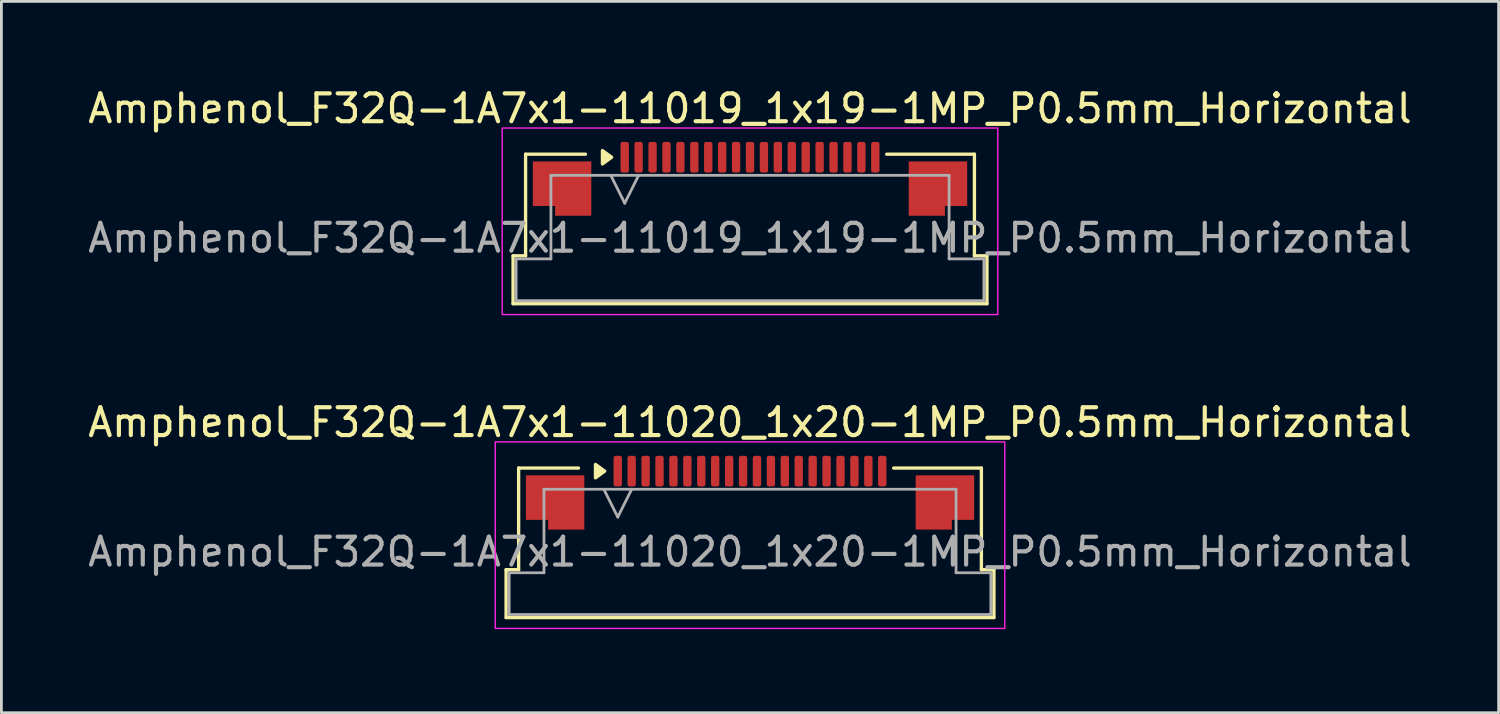
<source format=kicad_pcb>
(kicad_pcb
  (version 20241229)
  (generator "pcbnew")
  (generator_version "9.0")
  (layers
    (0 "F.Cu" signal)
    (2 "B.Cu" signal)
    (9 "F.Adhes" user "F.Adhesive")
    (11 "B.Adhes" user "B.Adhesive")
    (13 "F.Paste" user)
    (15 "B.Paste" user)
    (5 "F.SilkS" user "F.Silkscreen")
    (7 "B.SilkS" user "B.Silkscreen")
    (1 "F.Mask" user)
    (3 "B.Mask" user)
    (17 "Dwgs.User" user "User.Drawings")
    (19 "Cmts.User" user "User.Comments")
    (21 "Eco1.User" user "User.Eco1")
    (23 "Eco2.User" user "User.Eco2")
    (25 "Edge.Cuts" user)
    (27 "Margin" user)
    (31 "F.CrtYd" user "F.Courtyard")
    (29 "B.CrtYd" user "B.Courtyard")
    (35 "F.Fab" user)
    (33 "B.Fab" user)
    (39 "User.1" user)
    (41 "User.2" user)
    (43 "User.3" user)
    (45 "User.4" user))
  (footprint "Amphenol_F32Q-1A7x1-11020_1x20-1MP_P0.5mm_Horizontal"
    (layer "F.Cu")
    (at 23.887 16.771)
    (property "Reference" "Amphenol_F32Q-1A7x1-11020_1x20-1MP_P0.5mm_Horizontal" (at 0 -4.65 0) (layer "F.SilkS") (effects (font (size 1 1) (thickness 0.15))))
    (attr smd)
    (fp_line (start -8.76 0.64) (end -8.31 0.64) (stroke (width 0.12) (type solid)) (layer "F.SilkS"))
    (fp_line (start -8.76 2.36) (end -8.76 0.64) (stroke (width 0.12) (type solid)) (layer "F.SilkS"))
    (fp_line (start -8.31 -3.01) (end -6.16 -3.01) (stroke (width 0.12) (type solid)) (layer "F.SilkS"))
    (fp_line (start -8.31 0.64) (end -8.31 -3.01) (stroke (width 0.12) (type solid)) (layer "F.SilkS"))
    (fp_line (start 5.16 -3.01) (end 8.31 -3.01) (stroke (width 0.12) (type solid)) (layer "F.SilkS"))
    (fp_line (start 8.31 -3.01) (end 8.31 0.64) (stroke (width 0.12) (type solid)) (layer "F.SilkS"))
    (fp_line (start 8.31 0.64) (end 8.76 0.64) (stroke (width 0.12) (type solid)) (layer "F.SilkS"))
    (fp_line (start 8.76 0.64) (end 8.76 2.36) (stroke (width 0.12) (type solid)) (layer "F.SilkS"))
    (fp_line (start 8.76 2.36) (end -8.76 2.36) (stroke (width 0.12) (type solid)) (layer "F.SilkS"))
    (fp_poly (pts (xy -5.22 -2.9) (xy -5.55 -2.66) (xy -5.55 -3.14)) (stroke (width 0.12) (type solid)) (fill yes) (layer "F.SilkS"))
    (fp_rect (start -9.15 -3.95) (end 9.15 2.75) (stroke (width 0.05) (type solid)) (fill no) (layer "F.CrtYd"))
    (fp_line (start -8.65 0.75) (end -7.4 0.75) (stroke (width 0.1) (type solid)) (layer "F.Fab"))
    (fp_line (start -8.65 2.25) (end -8.65 0.75) (stroke (width 0.1) (type solid)) (layer "F.Fab"))
    (fp_line (start -7.4 -2.25) (end 7.4 -2.25) (stroke (width 0.1) (type solid)) (layer "F.Fab"))
    (fp_line (start -7.4 0.75) (end -7.4 -2.25) (stroke (width 0.1) (type solid)) (layer "F.Fab"))
    (fp_line (start -5.25 -2.25) (end -4.75 -1.25) (stroke (width 0.1) (type solid)) (layer "F.Fab"))
    (fp_line (start -4.75 -1.25) (end -4.25 -2.25) (stroke (width 0.1) (type solid)) (layer "F.Fab"))
    (fp_line (start 7.4 -2.25) (end 7.4 0.75) (stroke (width 0.1) (type solid)) (layer "F.Fab"))
    (fp_line (start 7.4 0.75) (end 8.65 0.75) (stroke (width 0.1) (type solid)) (layer "F.Fab"))
    (fp_line (start 8.65 0.75) (end 8.65 2.25) (stroke (width 0.1) (type solid)) (layer "F.Fab"))
    (fp_line (start 8.65 2.25) (end -8.65 2.25) (stroke (width 0.1) (type solid)) (layer "F.Fab"))
    (fp_text user "${REFERENCE}" (at 0 0 0) (layer "F.Fab") (effects (font (size 1 1) (thickness 0.15))))
    (pad "1" smd roundrect (at -4.75 -2.9) (size 0.3 1.1) (layers "F.Cu" "F.Mask" "F.Paste") (roundrect_rratio 0.25))
    (pad "2" smd roundrect (at -4.25 -2.9) (size 0.3 1.1) (layers "F.Cu" "F.Mask" "F.Paste") (roundrect_rratio 0.25))
    (pad "3" smd roundrect (at -3.75 -2.9) (size 0.3 1.1) (layers "F.Cu" "F.Mask" "F.Paste") (roundrect_rratio 0.25))
    (pad "4" smd roundrect (at -3.25 -2.9) (size 0.3 1.1) (layers "F.Cu" "F.Mask" "F.Paste") (roundrect_rratio 0.25))
    (pad "5" smd roundrect (at -2.75 -2.9) (size 0.3 1.1) (layers "F.Cu" "F.Mask" "F.Paste") (roundrect_rratio 0.25))
    (pad "6" smd roundrect (at -2.25 -2.9) (size 0.3 1.1) (layers "F.Cu" "F.Mask" "F.Paste") (roundrect_rratio 0.25))
    (pad "7" smd roundrect (at -1.75 -2.9) (size 0.3 1.1) (layers "F.Cu" "F.Mask" "F.Paste") (roundrect_rratio 0.25))
    (pad "8" smd roundrect (at -1.25 -2.9) (size 0.3 1.1) (layers "F.Cu" "F.Mask" "F.Paste") (roundrect_rratio 0.25))
    (pad "9" smd roundrect (at -0.75 -2.9) (size 0.3 1.1) (layers "F.Cu" "F.Mask" "F.Paste") (roundrect_rratio 0.25))
    (pad "10" smd roundrect (at -0.25 -2.9) (size 0.3 1.1) (layers "F.Cu" "F.Mask" "F.Paste") (roundrect_rratio 0.25))
    (pad "11" smd roundrect (at 0.25 -2.9) (size 0.3 1.1) (layers "F.Cu" "F.Mask" "F.Paste") (roundrect_rratio 0.25))
    (pad "12" smd roundrect (at 0.75 -2.9) (size 0.3 1.1) (layers "F.Cu" "F.Mask" "F.Paste") (roundrect_rratio 0.25))
    (pad "13" smd roundrect (at 1.25 -2.9) (size 0.3 1.1) (layers "F.Cu" "F.Mask" "F.Paste") (roundrect_rratio 0.25))
    (pad "14" smd roundrect (at 1.75 -2.9) (size 0.3 1.1) (layers "F.Cu" "F.Mask" "F.Paste") (roundrect_rratio 0.25))
    (pad "15" smd roundrect (at 2.25 -2.9) (size 0.3 1.1) (layers "F.Cu" "F.Mask" "F.Paste") (roundrect_rratio 0.25))
    (pad "16" smd roundrect (at 2.75 -2.9) (size 0.3 1.1) (layers "F.Cu" "F.Mask" "F.Paste") (roundrect_rratio 0.25))
    (pad "17" smd roundrect (at 3.25 -2.9) (size 0.3 1.1) (layers "F.Cu" "F.Mask" "F.Paste") (roundrect_rratio 0.25))
    (pad "18" smd roundrect (at 3.75 -2.9) (size 0.3 1.1) (layers "F.Cu" "F.Mask" "F.Paste") (roundrect_rratio 0.25))
    (pad "19" smd roundrect (at 4.25 -2.9) (size 0.3 1.1) (layers "F.Cu" "F.Mask" "F.Paste") (roundrect_rratio 0.25))
    (pad "20" smd roundrect (at 4.75 -2.9) (size 0.3 1.1) (layers "F.Cu" "F.Mask" "F.Paste") (roundrect_rratio 0.25))
    (pad "MP" smd custom (at -7 -1.775) (size 1 1) (layers "F.Cu" "F.Mask" "F.Paste") (options (anchor circle)) (primitives (gr_poly (pts (xy 1.05 -0.975) (xy 1.05 0.975) (xy -0.25 0.975) (xy -0.25 0.625) (xy -1.05 0.625) (xy -1.05 -0.975)) (width 0) (fill yes))))
    (pad "MP" smd custom (at 7 -1.775) (size 1 1) (layers "F.Cu" "F.Mask" "F.Paste") (options (anchor circle)) (primitives (gr_poly (pts (xy -1.05 -0.975) (xy -1.05 0.975) (xy 0.25 0.975) (xy 0.25 0.625) (xy 1.05 0.625) (xy 1.05 -0.975)) (width 0) (fill yes)))))
  (footprint "Amphenol_F32Q-1A7x1-11019_1x19-1MP_P0.5mm_Horizontal"
    (layer "F.Cu")
    (at 23.887 5.498)
    (property "Reference" "Amphenol_F32Q-1A7x1-11019_1x19-1MP_P0.5mm_Horizontal" (at 0 -4.65 0) (layer "F.SilkS") (effects (font (size 1 1) (thickness 0.15))))
    (attr smd)
    (fp_line (start -8.51 0.64) (end -8.06 0.64) (stroke (width 0.12) (type solid)) (layer "F.SilkS"))
    (fp_line (start -8.51 2.36) (end -8.51 0.64) (stroke (width 0.12) (type solid)) (layer "F.SilkS"))
    (fp_line (start -8.06 -3.01) (end -5.91 -3.01) (stroke (width 0.12) (type solid)) (layer "F.SilkS"))
    (fp_line (start -8.06 0.64) (end -8.06 -3.01) (stroke (width 0.12) (type solid)) (layer "F.SilkS"))
    (fp_line (start 4.91 -3.01) (end 8.06 -3.01) (stroke (width 0.12) (type solid)) (layer "F.SilkS"))
    (fp_line (start 8.06 -3.01) (end 8.06 0.64) (stroke (width 0.12) (type solid)) (layer "F.SilkS"))
    (fp_line (start 8.06 0.64) (end 8.51 0.64) (stroke (width 0.12) (type solid)) (layer "F.SilkS"))
    (fp_line (start 8.51 0.64) (end 8.51 2.36) (stroke (width 0.12) (type solid)) (layer "F.SilkS"))
    (fp_line (start 8.51 2.36) (end -8.51 2.36) (stroke (width 0.12) (type solid)) (layer "F.SilkS"))
    (fp_poly (pts (xy -4.97 -2.9) (xy -5.3 -2.66) (xy -5.3 -3.14)) (stroke (width 0.12) (type solid)) (fill yes) (layer "F.SilkS"))
    (fp_rect (start -8.9 -3.95) (end 8.9 2.75) (stroke (width 0.05) (type solid)) (fill no) (layer "F.CrtYd"))
    (fp_line (start -8.4 0.75) (end -7.15 0.75) (stroke (width 0.1) (type solid)) (layer "F.Fab"))
    (fp_line (start -8.4 2.25) (end -8.4 0.75) (stroke (width 0.1) (type solid)) (layer "F.Fab"))
    (fp_line (start -7.15 -2.25) (end 7.15 -2.25) (stroke (width 0.1) (type solid)) (layer "F.Fab"))
    (fp_line (start -7.15 0.75) (end -7.15 -2.25) (stroke (width 0.1) (type solid)) (layer "F.Fab"))
    (fp_line (start -5 -2.25) (end -4.5 -1.25) (stroke (width 0.1) (type solid)) (layer "F.Fab"))
    (fp_line (start -4.5 -1.25) (end -4 -2.25) (stroke (width 0.1) (type solid)) (layer "F.Fab"))
    (fp_line (start 7.15 -2.25) (end 7.15 0.75) (stroke (width 0.1) (type solid)) (layer "F.Fab"))
    (fp_line (start 7.15 0.75) (end 8.4 0.75) (stroke (width 0.1) (type solid)) (layer "F.Fab"))
    (fp_line (start 8.4 0.75) (end 8.4 2.25) (stroke (width 0.1) (type solid)) (layer "F.Fab"))
    (fp_line (start 8.4 2.25) (end -8.4 2.25) (stroke (width 0.1) (type solid)) (layer "F.Fab"))
    (fp_text user "${REFERENCE}" (at 0 0 0) (layer "F.Fab") (effects (font (size 1 1) (thickness 0.15))))
    (pad "1" smd roundrect (at -4.5 -2.9) (size 0.3 1.1) (layers "F.Cu" "F.Mask" "F.Paste") (roundrect_rratio 0.25))
    (pad "2" smd roundrect (at -4 -2.9) (size 0.3 1.1) (layers "F.Cu" "F.Mask" "F.Paste") (roundrect_rratio 0.25))
    (pad "3" smd roundrect (at -3.5 -2.9) (size 0.3 1.1) (layers "F.Cu" "F.Mask" "F.Paste") (roundrect_rratio 0.25))
    (pad "4" smd roundrect (at -3 -2.9) (size 0.3 1.1) (layers "F.Cu" "F.Mask" "F.Paste") (roundrect_rratio 0.25))
    (pad "5" smd roundrect (at -2.5 -2.9) (size 0.3 1.1) (layers "F.Cu" "F.Mask" "F.Paste") (roundrect_rratio 0.25))
    (pad "6" smd roundrect (at -2 -2.9) (size 0.3 1.1) (layers "F.Cu" "F.Mask" "F.Paste") (roundrect_rratio 0.25))
    (pad "7" smd roundrect (at -1.5 -2.9) (size 0.3 1.1) (layers "F.Cu" "F.Mask" "F.Paste") (roundrect_rratio 0.25))
    (pad "8" smd roundrect (at -1 -2.9) (size 0.3 1.1) (layers "F.Cu" "F.Mask" "F.Paste") (roundrect_rratio 0.25))
    (pad "9" smd roundrect (at -0.5 -2.9) (size 0.3 1.1) (layers "F.Cu" "F.Mask" "F.Paste") (roundrect_rratio 0.25))
    (pad "10" smd roundrect (at 0 -2.9) (size 0.3 1.1) (layers "F.Cu" "F.Mask" "F.Paste") (roundrect_rratio 0.25))
    (pad "11" smd roundrect (at 0.5 -2.9) (size 0.3 1.1) (layers "F.Cu" "F.Mask" "F.Paste") (roundrect_rratio 0.25))
    (pad "12" smd roundrect (at 1 -2.9) (size 0.3 1.1) (layers "F.Cu" "F.Mask" "F.Paste") (roundrect_rratio 0.25))
    (pad "13" smd roundrect (at 1.5 -2.9) (size 0.3 1.1) (layers "F.Cu" "F.Mask" "F.Paste") (roundrect_rratio 0.25))
    (pad "14" smd roundrect (at 2 -2.9) (size 0.3 1.1) (layers "F.Cu" "F.Mask" "F.Paste") (roundrect_rratio 0.25))
    (pad "15" smd roundrect (at 2.5 -2.9) (size 0.3 1.1) (layers "F.Cu" "F.Mask" "F.Paste") (roundrect_rratio 0.25))
    (pad "16" smd roundrect (at 3 -2.9) (size 0.3 1.1) (layers "F.Cu" "F.Mask" "F.Paste") (roundrect_rratio 0.25))
    (pad "17" smd roundrect (at 3.5 -2.9) (size 0.3 1.1) (layers "F.Cu" "F.Mask" "F.Paste") (roundrect_rratio 0.25))
    (pad "18" smd roundrect (at 4 -2.9) (size 0.3 1.1) (layers "F.Cu" "F.Mask" "F.Paste") (roundrect_rratio 0.25))
    (pad "19" smd roundrect (at 4.5 -2.9) (size 0.3 1.1) (layers "F.Cu" "F.Mask" "F.Paste") (roundrect_rratio 0.25))
    (pad "MP" smd custom (at -6.75 -1.775) (size 1 1) (layers "F.Cu" "F.Mask" "F.Paste") (options (anchor circle)) (primitives (gr_poly (pts (xy 1.05 -0.975) (xy 1.05 0.975) (xy -0.25 0.975) (xy -0.25 0.625) (xy -1.05 0.625) (xy -1.05 -0.975)) (width 0) (fill yes))))
    (pad "MP" smd custom (at 6.75 -1.775) (size 1 1) (layers "F.Cu" "F.Mask" "F.Paste") (options (anchor circle)) (primitives (gr_poly (pts (xy -1.05 -0.975) (xy -1.05 0.975) (xy 0.25 0.975) (xy 0.25 0.625) (xy 1.05 0.625) (xy 1.05 -0.975)) (width 0) (fill yes)))))
  (gr_rect
    (start -3 -3)
    (end 50.774 22.547)
    (stroke (width 0.1) (type default))
    (fill no)
    (layer "Edge.Cuts")))
</source>
